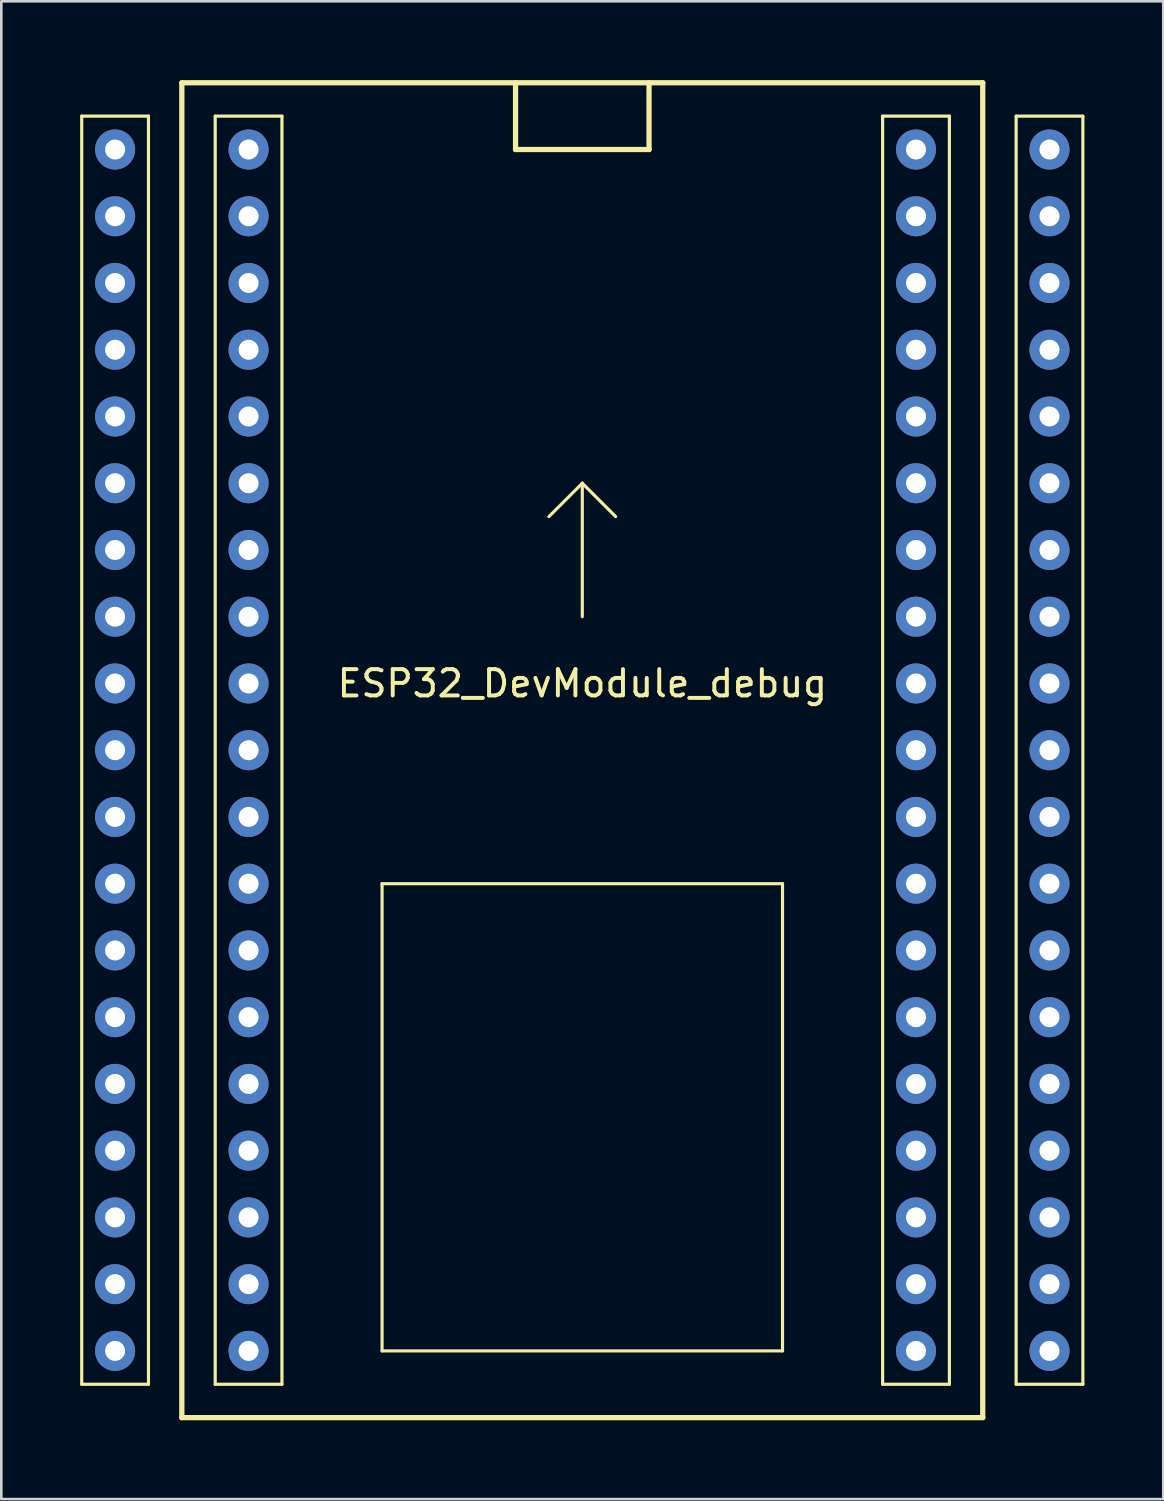
<source format=kicad_pcb>
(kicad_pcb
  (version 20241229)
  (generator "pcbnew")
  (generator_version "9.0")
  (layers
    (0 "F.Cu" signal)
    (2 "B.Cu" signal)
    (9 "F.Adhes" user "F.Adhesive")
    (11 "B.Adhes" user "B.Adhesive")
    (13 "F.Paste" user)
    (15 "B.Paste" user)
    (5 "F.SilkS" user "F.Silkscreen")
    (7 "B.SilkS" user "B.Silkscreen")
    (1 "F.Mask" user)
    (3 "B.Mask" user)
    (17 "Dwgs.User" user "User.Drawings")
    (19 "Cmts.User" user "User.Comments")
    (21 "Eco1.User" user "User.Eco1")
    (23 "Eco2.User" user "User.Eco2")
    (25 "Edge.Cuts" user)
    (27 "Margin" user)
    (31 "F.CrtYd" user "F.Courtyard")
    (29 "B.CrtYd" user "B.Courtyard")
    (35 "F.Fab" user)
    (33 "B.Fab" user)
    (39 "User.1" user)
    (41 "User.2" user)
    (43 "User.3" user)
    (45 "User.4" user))
  (footprint "ESP32_DevModule_debug"
    (layer "F.Cu")
    (at 6.41 2.64)
    (property "Reference" "ESP32_DevModule_debug" (at 12.7 20.32 0) (layer "F.SilkS") (effects (font (size 1 1) (thickness 0.15))))
    (attr through_hole)
    (fp_line (start -6.35 -1.27) (end -3.81 -1.27) (stroke (width 0.12) (type solid)) (layer "F.SilkS"))
    (fp_line (start -6.35 46.99) (end -6.35 -1.27) (stroke (width 0.12) (type solid)) (layer "F.SilkS"))
    (fp_line (start -3.81 -1.27) (end -3.81 46.99) (stroke (width 0.12) (type solid)) (layer "F.SilkS"))
    (fp_line (start -3.81 46.99) (end -6.35 46.99) (stroke (width 0.12) (type solid)) (layer "F.SilkS"))
    (fp_line (start -2.54 -2.54) (end 27.94 -2.54) (stroke (width 0.2) (type solid)) (layer "F.SilkS"))
    (fp_line (start -2.54 48.26) (end -2.54 -2.54) (stroke (width 0.2) (type solid)) (layer "F.SilkS"))
    (fp_line (start -1.27 -1.27) (end 1.27 -1.27) (stroke (width 0.12) (type solid)) (layer "F.SilkS"))
    (fp_line (start -1.27 46.99) (end -1.27 -1.27) (stroke (width 0.12) (type solid)) (layer "F.SilkS"))
    (fp_line (start 1.27 -1.27) (end 1.27 46.99) (stroke (width 0.12) (type solid)) (layer "F.SilkS"))
    (fp_line (start 1.27 46.99) (end -1.27 46.99) (stroke (width 0.12) (type solid)) (layer "F.SilkS"))
    (fp_line (start 5.08 27.94) (end 5.08 45.72) (stroke (width 0.12) (type solid)) (layer "F.SilkS"))
    (fp_line (start 5.08 45.72) (end 20.32 45.72) (stroke (width 0.12) (type solid)) (layer "F.SilkS"))
    (fp_line (start 10.16 -2.54) (end 10.16 0) (stroke (width 0.2) (type solid)) (layer "F.SilkS"))
    (fp_line (start 10.16 0) (end 15.24 0) (stroke (width 0.2) (type solid)) (layer "F.SilkS"))
    (fp_line (start 12.7 12.7) (end 11.43 13.97) (stroke (width 0.12) (type solid)) (layer "F.SilkS"))
    (fp_line (start 12.7 12.7) (end 12.7 17.78) (stroke (width 0.12) (type solid)) (layer "F.SilkS"))
    (fp_line (start 12.7 12.7) (end 13.97 13.97) (stroke (width 0.12) (type solid)) (layer "F.SilkS"))
    (fp_line (start 15.24 0) (end 15.24 -2.54) (stroke (width 0.2) (type solid)) (layer "F.SilkS"))
    (fp_line (start 20.32 27.94) (end 5.08 27.94) (stroke (width 0.12) (type solid)) (layer "F.SilkS"))
    (fp_line (start 20.32 45.72) (end 20.32 27.94) (stroke (width 0.12) (type solid)) (layer "F.SilkS"))
    (fp_line (start 24.13 -1.27) (end 26.67 -1.27) (stroke (width 0.12) (type solid)) (layer "F.SilkS"))
    (fp_line (start 24.13 46.99) (end 24.13 -1.27) (stroke (width 0.12) (type solid)) (layer "F.SilkS"))
    (fp_line (start 26.67 -1.27) (end 26.67 46.99) (stroke (width 0.12) (type solid)) (layer "F.SilkS"))
    (fp_line (start 26.67 46.99) (end 24.13 46.99) (stroke (width 0.12) (type solid)) (layer "F.SilkS"))
    (fp_line (start 27.94 -2.54) (end 27.94 48.26) (stroke (width 0.2) (type solid)) (layer "F.SilkS"))
    (fp_line (start 27.94 48.26) (end -2.54 48.26) (stroke (width 0.2) (type solid)) (layer "F.SilkS"))
    (fp_line (start 29.21 -1.27) (end 31.75 -1.27) (stroke (width 0.12) (type solid)) (layer "F.SilkS"))
    (fp_line (start 29.21 46.99) (end 29.21 -1.27) (stroke (width 0.12) (type solid)) (layer "F.SilkS"))
    (fp_line (start 31.75 -1.27) (end 31.75 46.99) (stroke (width 0.12) (type solid)) (layer "F.SilkS"))
    (fp_line (start 31.75 46.99) (end 29.21 46.99) (stroke (width 0.12) (type solid)) (layer "F.SilkS"))
    (pad "1" thru_hole circle (at -5.08 30.48) (size 1.524 1.524) (drill 0.762) (layers "*.Cu" "*.Mask"))
    (pad "1" thru_hole circle (at -5.08 45.72) (size 1.524 1.524) (drill 0.762) (layers "*.Cu" "*.Mask"))
    (pad "1" thru_hole circle (at 0 30.48) (size 1.524 1.524) (drill 0.762) (layers "*.Cu" "*.Mask"))
    (pad "1" thru_hole circle (at 0 45.72) (size 1.524 1.524) (drill 0.762) (layers "*.Cu" "*.Mask"))
    (pad "1" thru_hole circle (at 25.4 12.7) (size 1.524 1.524) (drill 0.762) (layers "*.Cu" "*.Mask"))
    (pad "1" thru_hole circle (at 30.48 12.7) (size 1.524 1.524) (drill 0.762) (layers "*.Cu" "*.Mask"))
    (pad "2" thru_hole circle (at 25.4 45.72) (size 1.524 1.524) (drill 0.762) (layers "*.Cu" "*.Mask"))
    (pad "2" thru_hole circle (at 30.48 45.72) (size 1.524 1.524) (drill 0.762) (layers "*.Cu" "*.Mask"))
    (pad "3" thru_hole circle (at 25.4 43.18) (size 1.524 1.524) (drill 0.762) (layers "*.Cu" "*.Mask"))
    (pad "3" thru_hole circle (at 30.48 43.18) (size 1.524 1.524) (drill 0.762) (layers "*.Cu" "*.Mask"))
    (pad "4" thru_hole circle (at 25.4 40.64) (size 1.524 1.524) (drill 0.762) (layers "*.Cu" "*.Mask"))
    (pad "4" thru_hole circle (at 30.48 40.64) (size 1.524 1.524) (drill 0.762) (layers "*.Cu" "*.Mask"))
    (pad "5" thru_hole circle (at 25.4 38.1) (size 1.524 1.524) (drill 0.762) (layers "*.Cu" "*.Mask"))
    (pad "5" thru_hole circle (at 30.48 38.1) (size 1.524 1.524) (drill 0.762) (layers "*.Cu" "*.Mask"))
    (pad "6" thru_hole circle (at 25.4 35.56) (size 1.524 1.524) (drill 0.762) (layers "*.Cu" "*.Mask"))
    (pad "6" thru_hole circle (at 30.48 35.56) (size 1.524 1.524) (drill 0.762) (layers "*.Cu" "*.Mask"))
    (pad "7" thru_hole circle (at 25.4 33.02) (size 1.524 1.524) (drill 0.762) (layers "*.Cu" "*.Mask" "B.Paste"))
    (pad "7" thru_hole circle (at 30.48 33.02) (size 1.524 1.524) (drill 0.762) (layers "*.Cu" "*.Mask"))
    (pad "8" thru_hole circle (at 25.4 30.48) (size 1.524 1.524) (drill 0.762) (layers "*.Cu" "*.Mask"))
    (pad "8" thru_hole circle (at 30.48 30.48) (size 1.524 1.524) (drill 0.762) (layers "*.Cu" "*.Mask"))
    (pad "9" thru_hole circle (at 25.4 27.94) (size 1.524 1.524) (drill 0.762) (layers "*.Cu" "*.Mask"))
    (pad "9" thru_hole circle (at 30.48 27.94) (size 1.524 1.524) (drill 0.762) (layers "*.Cu" "*.Mask"))
    (pad "10" thru_hole circle (at 25.4 25.4) (size 1.524 1.524) (drill 0.762) (layers "*.Cu" "*.Mask"))
    (pad "10" thru_hole circle (at 30.48 25.4) (size 1.524 1.524) (drill 0.762) (layers "*.Cu" "*.Mask"))
    (pad "11" thru_hole circle (at 25.4 22.86) (size 1.524 1.524) (drill 0.762) (layers "*.Cu" "*.Mask"))
    (pad "11" thru_hole circle (at 30.48 22.86) (size 1.524 1.524) (drill 0.762) (layers "*.Cu" "*.Mask"))
    (pad "12" thru_hole circle (at 25.4 20.32) (size 1.524 1.524) (drill 0.762) (layers "*.Cu" "*.Mask"))
    (pad "12" thru_hole circle (at 30.48 20.32) (size 1.524 1.524) (drill 0.762) (layers "*.Cu" "*.Mask"))
    (pad "13" thru_hole circle (at 25.4 17.78) (size 1.524 1.524) (drill 0.762) (layers "*.Cu" "*.Mask"))
    (pad "13" thru_hole circle (at 30.48 17.78) (size 1.524 1.524) (drill 0.762) (layers "*.Cu" "*.Mask"))
    (pad "14" thru_hole circle (at 25.4 15.24) (size 1.524 1.524) (drill 0.762) (layers "*.Cu" "*.Mask"))
    (pad "14" thru_hole circle (at 30.48 15.24) (size 1.524 1.524) (drill 0.762) (layers "*.Cu" "*.Mask"))
    (pad "16" thru_hole circle (at 25.4 10.16) (size 1.524 1.524) (drill 0.762) (layers "*.Cu" "*.Mask"))
    (pad "16" thru_hole circle (at 30.48 10.16) (size 1.524 1.524) (drill 0.762) (layers "*.Cu" "*.Mask"))
    (pad "17" thru_hole circle (at 25.4 7.62) (size 1.524 1.524) (drill 0.762) (layers "*.Cu" "*.Mask"))
    (pad "17" thru_hole circle (at 30.48 7.62) (size 1.524 1.524) (drill 0.762) (layers "*.Cu" "*.Mask"))
    (pad "18" thru_hole circle (at 25.4 5.08) (size 1.524 1.524) (drill 0.762) (layers "*.Cu" "*.Mask"))
    (pad "18" thru_hole circle (at 30.48 5.08) (size 1.524 1.524) (drill 0.762) (layers "*.Cu" "*.Mask"))
    (pad "19" thru_hole circle (at 25.4 2.54) (size 1.524 1.524) (drill 0.762) (layers "*.Cu" "*.Mask"))
    (pad "19" thru_hole circle (at 30.48 2.54) (size 1.524 1.524) (drill 0.762) (layers "*.Cu" "*.Mask"))
    (pad "20" thru_hole circle (at -5.08 0) (size 1.524 1.524) (drill 0.762) (layers "*.Cu" "*.Mask"))
    (pad "20" thru_hole circle (at 0 0) (size 1.524 1.524) (drill 0.762) (layers "*.Cu" "*.Mask"))
    (pad "21" thru_hole circle (at -5.08 2.54) (size 1.524 1.524) (drill 0.762) (layers "*.Cu" "*.Mask"))
    (pad "21" thru_hole circle (at 0 2.54) (size 1.524 1.524) (drill 0.762) (layers "*.Cu" "*.Mask"))
    (pad "22" thru_hole circle (at -5.08 5.08) (size 1.524 1.524) (drill 0.762) (layers "*.Cu" "*.Mask"))
    (pad "22" thru_hole circle (at 0 5.08) (size 1.524 1.524) (drill 0.762) (layers "*.Cu" "*.Mask"))
    (pad "23" thru_hole circle (at -5.08 7.62) (size 1.524 1.524) (drill 0.762) (layers "*.Cu" "*.Mask"))
    (pad "23" thru_hole circle (at 0 7.62) (size 1.524 1.524) (drill 0.762) (layers "*.Cu" "*.Mask"))
    (pad "24" thru_hole circle (at -5.08 10.16) (size 1.524 1.524) (drill 0.762) (layers "*.Cu" "*.Mask"))
    (pad "24" thru_hole circle (at 0 10.16) (size 1.524 1.524) (drill 0.762) (layers "*.Cu" "*.Mask"))
    (pad "25" thru_hole circle (at -5.08 12.7) (size 1.524 1.524) (drill 0.762) (layers "*.Cu" "*.Mask"))
    (pad "25" thru_hole circle (at 0 12.7) (size 1.524 1.524) (drill 0.762) (layers "*.Cu" "*.Mask"))
    (pad "26" thru_hole circle (at -5.08 15.24) (size 1.524 1.524) (drill 0.762) (layers "*.Cu" "*.Mask"))
    (pad "26" thru_hole circle (at 0 15.24) (size 1.524 1.524) (drill 0.762) (layers "*.Cu" "*.Mask"))
    (pad "27" thru_hole circle (at -5.08 17.78) (size 1.524 1.524) (drill 0.762) (layers "*.Cu" "*.Mask"))
    (pad "27" thru_hole circle (at 0 17.78) (size 1.524 1.524) (drill 0.762) (layers "*.Cu" "*.Mask"))
    (pad "28" thru_hole circle (at -5.08 20.32) (size 1.524 1.524) (drill 0.762) (layers "*.Cu" "*.Mask"))
    (pad "28" thru_hole circle (at 0 20.32) (size 1.524 1.524) (drill 0.762) (layers "*.Cu" "*.Mask"))
    (pad "29" thru_hole circle (at -5.08 22.86) (size 1.524 1.524) (drill 0.762) (layers "*.Cu" "*.Mask"))
    (pad "29" thru_hole circle (at 0 22.86) (size 1.524 1.524) (drill 0.762) (layers "*.Cu" "*.Mask"))
    (pad "30" thru_hole circle (at -5.08 25.4) (size 1.524 1.524) (drill 0.762) (layers "*.Cu" "*.Mask"))
    (pad "30" thru_hole circle (at 0 25.4) (size 1.524 1.524) (drill 0.762) (layers "*.Cu" "*.Mask"))
    (pad "31" thru_hole circle (at -5.08 27.94) (size 1.524 1.524) (drill 0.762) (layers "*.Cu" "*.Mask"))
    (pad "31" thru_hole circle (at 0 27.94) (size 1.524 1.524) (drill 0.762) (layers "*.Cu" "*.Mask"))
    (pad "33" thru_hole circle (at -5.08 33.02) (size 1.524 1.524) (drill 0.762) (layers "*.Cu" "*.Mask"))
    (pad "33" thru_hole circle (at 0 33.02) (size 1.524 1.524) (drill 0.762) (layers "*.Cu" "*.Mask"))
    (pad "34" thru_hole circle (at -5.08 35.56) (size 1.524 1.524) (drill 0.762) (layers "*.Cu" "*.Mask"))
    (pad "34" thru_hole circle (at 0 35.56) (size 1.524 1.524) (drill 0.762) (layers "*.Cu" "*.Mask"))
    (pad "35" thru_hole circle (at -5.08 38.1) (size 1.524 1.524) (drill 0.762) (layers "*.Cu" "*.Mask"))
    (pad "35" thru_hole circle (at 0 38.1) (size 1.524 1.524) (drill 0.762) (layers "*.Cu" "*.Mask"))
    (pad "36" thru_hole circle (at -5.08 40.64) (size 1.524 1.524) (drill 0.762) (layers "*.Cu" "*.Mask"))
    (pad "36" thru_hole circle (at 0 40.64) (size 1.524 1.524) (drill 0.762) (layers "*.Cu" "*.Mask"))
    (pad "37" thru_hole circle (at -5.08 43.18) (size 1.524 1.524) (drill 0.762) (layers "*.Cu" "*.Mask"))
    (pad "37" thru_hole circle (at 0 43.18) (size 1.524 1.524) (drill 0.762) (layers "*.Cu" "*.Mask"))
    (pad "40" thru_hole circle (at 25.4 0) (size 1.524 1.524) (drill 0.762) (layers "*.Cu" "*.Mask"))
    (pad "40" thru_hole circle (at 30.48 0) (size 1.524 1.524) (drill 0.762) (layers "*.Cu" "*.Mask")))
  (gr_rect
    (start -3 -3)
    (end 41.22 54)
    (stroke (width 0.1) (type default))
    (fill no)
    (layer "Edge.Cuts")))
</source>
